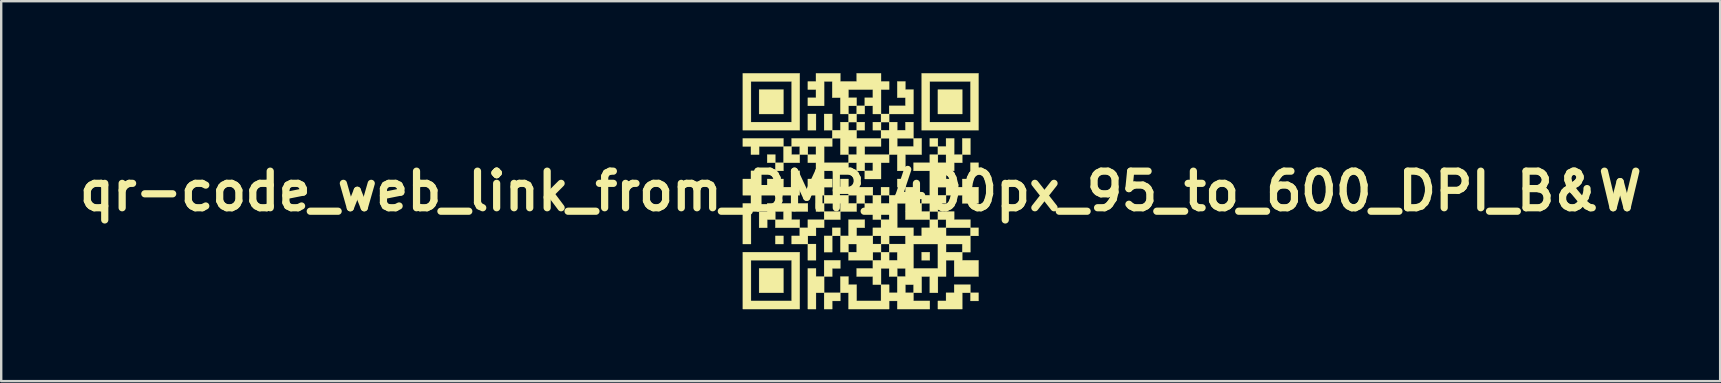
<source format=kicad_pcb>
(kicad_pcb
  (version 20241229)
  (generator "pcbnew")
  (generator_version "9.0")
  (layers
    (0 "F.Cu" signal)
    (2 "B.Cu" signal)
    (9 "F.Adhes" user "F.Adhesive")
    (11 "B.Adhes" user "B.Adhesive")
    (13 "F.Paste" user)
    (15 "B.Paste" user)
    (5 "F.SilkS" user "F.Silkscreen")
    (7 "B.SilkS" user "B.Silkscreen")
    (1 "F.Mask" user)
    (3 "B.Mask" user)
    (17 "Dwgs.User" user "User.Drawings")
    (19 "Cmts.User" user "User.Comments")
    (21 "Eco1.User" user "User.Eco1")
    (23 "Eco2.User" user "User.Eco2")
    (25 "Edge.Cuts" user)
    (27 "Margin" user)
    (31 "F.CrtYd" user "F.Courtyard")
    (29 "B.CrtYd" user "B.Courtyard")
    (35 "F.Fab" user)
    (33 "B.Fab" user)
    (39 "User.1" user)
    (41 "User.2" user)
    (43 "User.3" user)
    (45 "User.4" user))
  (footprint "qr-code_web_link_from_BMP_400px_95_to_600_DPI_B&W"
    (layer "F.Cu")
    (at 32.81 4.916)
    (property "Reference" "qr-code_web_link_from_BMP_400px_95_to_600_DPI_B&W" (at 0 0 0) (layer "F.SilkS") (effects (font (size 1.524 1.524) (thickness 0.3))))
    (attr through_hole)
    (fp_poly (pts (xy -3.556 -1.185) (xy -3.895 -1.185) (xy -3.895 -1.524) (xy -3.556 -1.524) (xy -3.556 -1.185)) (stroke (width 0.01) (type solid)) (fill yes) (layer "F.SilkS"))
    (fp_poly (pts (xy -3.217 -3.217) (xy -4.233 -3.217) (xy -4.233 -4.233) (xy -3.217 -4.233) (xy -3.217 -3.217)) (stroke (width 0.01) (type solid)) (fill yes) (layer "F.SilkS"))
    (fp_poly (pts (xy -3.217 -0.847) (xy -3.556 -0.847) (xy -3.556 -1.185) (xy -3.217 -1.185) (xy -3.217 -0.847)) (stroke (width 0.01) (type solid)) (fill yes) (layer "F.SilkS"))
    (fp_poly (pts (xy -3.217 2.201) (xy -3.556 2.201) (xy -3.556 1.863) (xy -3.217 1.863) (xy -3.217 2.201)) (stroke (width 0.01) (type solid)) (fill yes) (layer "F.SilkS"))
    (fp_poly (pts (xy -3.217 4.233) (xy -4.233 4.233) (xy -4.233 3.217) (xy -3.217 3.217) (xy -3.217 4.233)) (stroke (width 0.01) (type solid)) (fill yes) (layer "F.SilkS"))
    (fp_poly (pts (xy -2.54 -0.508) (xy -2.879 -0.508) (xy -2.879 -0.847) (xy -2.54 -0.847) (xy -2.54 -0.508)) (stroke (width 0.01) (type solid)) (fill yes) (layer "F.SilkS"))
    (fp_poly (pts (xy -1.863 -2.54) (xy -2.201 -2.54) (xy -2.201 -3.217) (xy -1.863 -3.217) (xy -1.863 -2.54)) (stroke (width 0.01) (type solid)) (fill yes) (layer "F.SilkS"))
    (fp_poly (pts (xy -1.863 2.879) (xy -2.201 2.879) (xy -2.201 2.201) (xy -1.863 2.201) (xy -1.863 2.879)) (stroke (width 0.01) (type solid)) (fill yes) (layer "F.SilkS"))
    (fp_poly (pts (xy -1.185 -2.54) (xy -1.524 -2.54) (xy -1.524 -3.217) (xy -1.185 -3.217) (xy -1.185 -2.54)) (stroke (width 0.01) (type solid)) (fill yes) (layer "F.SilkS"))
    (fp_poly (pts (xy -1.185 2.54) (xy -1.524 2.54) (xy -1.524 1.863) (xy -1.185 1.863) (xy -1.185 2.54)) (stroke (width 0.01) (type solid)) (fill yes) (layer "F.SilkS"))
    (fp_poly (pts (xy -0.847 1.863) (xy -1.185 1.863) (xy -1.185 1.524) (xy -0.847 1.524) (xy -0.847 1.863)) (stroke (width 0.01) (type solid)) (fill yes) (layer "F.SilkS"))
    (fp_poly (pts (xy -0.508 -0.169) (xy -0.847 -0.169) (xy -0.847 -0.508) (xy -0.508 -0.508) (xy -0.508 -0.169)) (stroke (width 0.01) (type solid)) (fill yes) (layer "F.SilkS"))
    (fp_poly (pts (xy 0.169 -3.217) (xy -0.169 -3.217) (xy -0.169 -3.556) (xy 0.169 -3.556) (xy 0.169 -3.217)) (stroke (width 0.01) (type solid)) (fill yes) (layer "F.SilkS"))
    (fp_poly (pts (xy 0.169 -2.54) (xy -0.169 -2.54) (xy -0.169 -2.879) (xy 0.169 -2.879) (xy 0.169 -2.54)) (stroke (width 0.01) (type solid)) (fill yes) (layer "F.SilkS"))
    (fp_poly (pts (xy 0.847 -2.54) (xy 0.508 -2.54) (xy 0.508 -2.879) (xy 0.847 -2.879) (xy 0.847 -2.54)) (stroke (width 0.01) (type solid)) (fill yes) (layer "F.SilkS"))
    (fp_poly (pts (xy 1.863 -0.169) (xy 1.524 -0.169) (xy 1.524 -0.508) (xy 1.863 -0.508) (xy 1.863 -0.169)) (stroke (width 0.01) (type solid)) (fill yes) (layer "F.SilkS"))
    (fp_poly (pts (xy 2.879 2.879) (xy 2.54 2.879) (xy 2.54 2.54) (xy 2.879 2.54) (xy 2.879 2.879)) (stroke (width 0.01) (type solid)) (fill yes) (layer "F.SilkS"))
    (fp_poly (pts (xy 3.217 -1.863) (xy 2.879 -1.863) (xy 2.879 -2.201) (xy 3.217 -2.201) (xy 3.217 -1.863)) (stroke (width 0.01) (type solid)) (fill yes) (layer "F.SilkS"))
    (fp_poly (pts (xy 4.233 -3.217) (xy 3.217 -3.217) (xy 3.217 -4.233) (xy 4.233 -4.233) (xy 4.233 -3.217)) (stroke (width 0.01) (type solid)) (fill yes) (layer "F.SilkS"))
    (fp_poly (pts (xy 4.572 -1.524) (xy 4.233 -1.524) (xy 4.233 -2.201) (xy 4.572 -2.201) (xy 4.572 -1.524)) (stroke (width 0.01) (type solid)) (fill yes) (layer "F.SilkS"))
    (fp_poly (pts (xy 4.911 -0.847) (xy 4.572 -0.847) (xy 4.572 -1.185) (xy 4.911 -1.185) (xy 4.911 -0.847)) (stroke (width 0.01) (type solid)) (fill yes) (layer "F.SilkS"))
    (fp_poly (pts (xy 4.911 1.863) (xy 4.572 1.863) (xy 4.572 1.524) (xy 4.911 1.524) (xy 4.911 1.863)) (stroke (width 0.01) (type solid)) (fill yes) (layer "F.SilkS"))
    (fp_poly (pts (xy 4.911 4.572) (xy 4.572 4.572) (xy 4.572 4.233) (xy 4.911 4.233) (xy 4.911 4.572)) (stroke (width 0.01) (type solid)) (fill yes) (layer "F.SilkS"))
    (fp_poly (pts (xy -0.847 3.217) (xy -1.185 3.217) (xy -1.185 3.556) (xy -1.524 3.556) (xy -1.524 2.879) (xy -0.847 2.879) (xy -0.847 3.217)) (stroke (width 0.01) (type solid)) (fill yes) (layer "F.SilkS"))
    (fp_poly (pts (xy -0.847 4.572) (xy -1.185 4.572) (xy -1.185 4.911) (xy -1.524 4.911) (xy -1.524 4.233) (xy -0.847 4.233) (xy -0.847 4.572)) (stroke (width 0.01) (type solid)) (fill yes) (layer "F.SilkS"))
    (fp_poly (pts (xy -3.217 -1.863) (xy -4.233 -1.863) (xy -4.233 -1.524) (xy -4.572 -1.524) (xy -4.572 -1.863) (xy -4.911 -1.863) (xy -4.911 -2.201) (xy -3.217 -2.201) (xy -3.217 -1.863)) (stroke (width 0.01) (type solid)) (fill yes) (layer "F.SilkS"))
    (fp_poly (pts (xy -1.863 3.556) (xy -1.524 3.556) (xy -1.524 4.233) (xy -1.863 4.233) (xy -1.863 4.911) (xy -2.201 4.911) (xy -2.201 3.217) (xy -1.863 3.217) (xy -1.863 3.556)) (stroke (width 0.01) (type solid)) (fill yes) (layer "F.SilkS"))
    (fp_poly (pts (xy 1.863 -4.233) (xy 2.201 -4.233) (xy 2.201 -3.217) (xy 1.185 -3.217) (xy 1.185 -3.556) (xy 1.863 -3.556) (xy 1.863 -3.895) (xy 1.524 -3.895) (xy 1.524 -4.572) (xy 1.863 -4.572) (xy 1.863 -4.233)) (stroke (width 0.01) (type solid)) (fill yes) (layer "F.SilkS"))
    (fp_poly (pts (xy 4.572 4.233) (xy 4.233 4.233) (xy 4.233 4.911) (xy 3.217 4.911) (xy 3.217 4.572) (xy 3.556 4.572) (xy 3.556 4.233) (xy 3.895 4.233) (xy 3.895 3.895) (xy 4.572 3.895) (xy 4.572 4.233)) (stroke (width 0.01) (type solid)) (fill yes) (layer "F.SilkS"))
    (fp_poly (pts (xy -2.54 -2.54) (xy -4.911 -2.54) (xy -4.911 -4.572) (xy -4.572 -4.572) (xy -4.572 -2.879) (xy -2.879 -2.879) (xy -2.879 -4.572) (xy -4.572 -4.572) (xy -4.911 -4.572) (xy -4.911 -4.911) (xy -2.54 -4.911) (xy -2.54 -2.54)) (stroke (width 0.01) (type solid)) (fill yes) (layer "F.SilkS"))
    (fp_poly (pts (xy -2.54 4.911) (xy -4.911 4.911) (xy -4.911 2.879) (xy -4.572 2.879) (xy -4.572 4.572) (xy -2.879 4.572) (xy -2.879 2.879) (xy -4.572 2.879) (xy -4.911 2.879) (xy -4.911 2.54) (xy -2.54 2.54) (xy -2.54 4.911)) (stroke (width 0.01) (type solid)) (fill yes) (layer "F.SilkS"))
    (fp_poly (pts (xy 4.911 -2.54) (xy 2.54 -2.54) (xy 2.54 -4.572) (xy 2.879 -4.572) (xy 2.879 -2.879) (xy 4.572 -2.879) (xy 4.572 -4.572) (xy 2.879 -4.572) (xy 2.54 -4.572) (xy 2.54 -4.911) (xy 4.911 -4.911) (xy 4.911 -2.54)) (stroke (width 0.01) (type solid)) (fill yes) (layer "F.SilkS"))
    (fp_poly (pts (xy -1.524 1.524) (xy -1.863 1.524) (xy -1.863 1.863) (xy -2.201 1.863) (xy -2.201 2.201) (xy -2.879 2.201) (xy -2.879 1.863) (xy -2.54 1.863) (xy -2.54 1.524) (xy -2.201 1.524) (xy -2.201 1.185) (xy -1.524 1.185) (xy -1.524 1.524)) (stroke (width 0.01) (type solid)) (fill yes) (layer "F.SilkS"))
    (fp_poly (pts (xy -4.233 -0.169) (xy -3.895 -0.169) (xy -3.895 -0.508) (xy -3.217 -0.508) (xy -3.217 -0.169) (xy -2.54 -0.169) (xy -2.54 0.169) (xy -4.233 0.169) (xy -4.233 0.847) (xy -4.572 0.847) (xy -4.572 2.201) (xy -4.911 2.201) (xy -4.911 0.508) (xy -4.572 0.508) (xy -4.572 0.169) (xy -4.911 0.169) (xy -4.911 -0.508) (xy -4.572 -0.508) (xy -4.572 -0.847) (xy -4.233 -0.847) (xy -4.233 -0.169)) (stroke (width 0.01) (type solid)) (fill yes) (layer "F.SilkS"))
    (fp_poly (pts (xy -2.201 0.847) (xy -2.879 0.847) (xy -2.879 1.185) (xy -2.54 1.185) (xy -2.54 1.524) (xy -3.556 1.524) (xy -3.556 1.185) (xy -3.895 1.185) (xy -3.895 1.524) (xy -4.233 1.524) (xy -4.233 0.847) (xy -3.895 0.847) (xy -3.556 0.847) (xy -3.556 1.185) (xy -3.217 1.185) (xy -3.217 0.847) (xy -3.556 0.847) (xy -3.895 0.847) (xy -3.895 0.508) (xy -2.201 0.508) (xy -2.201 0.847)) (stroke (width 0.01) (type solid)) (fill yes) (layer "F.SilkS"))
    (fp_poly (pts (xy 2.54 -2.201) (xy 2.54 -1.524) (xy 1.863 -1.524) (xy 1.863 -0.847) (xy 1.524 -0.847) (xy 1.524 -1.524) (xy 1.185 -1.524) (xy 1.185 -1.185) (xy 0.847 -1.185) (xy 0.847 -0.508) (xy 0.169 -0.508) (xy 0.169 -0.847) (xy -0.169 -0.847) (xy -0.169 -1.185) (xy 0.169 -1.185) (xy 0.169 -0.847) (xy 0.508 -0.847) (xy 0.508 -1.185) (xy 0.169 -1.185) (xy -0.169 -1.185) (xy -0.508 -1.185) (xy -0.508 -0.847) (xy -1.524 -0.847) (xy -1.524 -0.508) (xy -1.185 -0.508) (xy -1.185 -0.169) (xy -1.524 -0.169) (xy -1.524 0.169) (xy -2.201 0.169) (xy -2.201 -0.508) (xy -1.863 -0.508) (xy -1.863 -1.185) (xy -2.201 -1.185) (xy -2.201 -1.524) (xy -2.54 -1.524) (xy -2.54 -1.185) (xy -3.217 -1.185) (xy -3.217 -1.863) (xy -2.879 -1.863) (xy -2.879 -1.524) (xy -2.54 -1.524) (xy -2.54 -1.863) (xy -2.201 -1.863) (xy -2.201 -1.524) (xy -1.863 -1.524) (xy -1.863 -1.863) (xy -1.524 -1.863) (xy -1.524 -1.185) (xy -0.508 -1.185) (xy -0.508 -1.524) (xy -0.847 -1.524) (xy -0.847 -1.863) (xy -0.508 -1.863) (xy -0.508 -1.524) (xy -0.169 -1.524) (xy -0.169 -1.863) (xy 0.169 -1.863) (xy 0.169 -1.524) (xy 1.185 -1.524) (xy 1.185 -2.201) (xy 1.524 -2.201) (xy 1.524 -1.863) (xy 2.201 -1.863) (xy 2.201 -2.201) (xy 1.524 -2.201) (xy 1.185 -2.201) (xy 0.847 -2.201) (xy 0.847 -1.863) (xy 0.169 -1.863) (xy -0.169 -1.863) (xy -0.508 -1.863) (xy -0.847 -1.863) (xy -0.847 -2.201) (xy -1.185 -2.201) (xy -1.185 -1.863) (xy -1.524 -1.863) (xy -1.863 -1.863) (xy -2.201 -1.863) (xy -2.54 -1.863) (xy -2.879 -1.863) (xy -2.879 -2.201) (xy -1.185 -2.201) (xy -1.185 -2.54) (xy -0.847 -2.54) (xy -0.847 -2.879) (xy -0.508 -2.879) (xy -0.508 -3.217) (xy -0.847 -3.217) (xy -0.847 -3.895) (xy -1.185 -3.895) (xy -1.185 -4.233) (xy -0.508 -4.233) (xy -0.508 -3.895) (xy -0.169 -3.895) (xy -0.169 -3.556) (xy -0.508 -3.556) (xy -0.508 -3.217) (xy -0.169 -3.217) (xy -0.169 -2.879) (xy -0.508 -2.879) (xy -0.508 -2.54) (xy -0.169 -2.54) (xy -0.169 -2.201) (xy 0.847 -2.201) (xy 0.847 -2.54) (xy 1.185 -2.54) (xy 1.185 -2.879) (xy 0.847 -2.879) (xy 0.847 -3.217) (xy 0.508 -3.217) (xy 0.508 -3.556) (xy 0.169 -3.556) (xy 0.169 -3.895) (xy 0.508 -3.895) (xy 0.508 -4.233) (xy -0.508 -4.233) (xy -1.185 -4.233) (xy -1.185 -4.572) (xy -1.524 -4.572) (xy -1.524 -3.556) (xy -2.201 -3.556) (xy -2.201 -3.895) (xy -1.863 -3.895) (xy -1.863 -4.233) (xy -2.201 -4.233) (xy -2.201 -4.572) (xy -1.863 -4.572) (xy -1.863 -4.911) (xy -0.847 -4.911) (xy -0.847 -4.572) (xy -0.169 -4.572) (xy -0.169 -4.911) (xy 0.847 -4.911) (xy 0.847 -4.572) (xy 1.185 -4.572) (xy 1.185 -4.233) (xy 0.847 -4.233) (xy 0.847 -3.217) (xy 1.185 -3.217) (xy 1.185 -2.879) (xy 1.524 -2.879) (xy 1.524 -2.54) (xy 1.863 -2.54) (xy 1.863 -2.879) (xy 2.201 -2.879) (xy 2.201 -2.201) (xy 2.54 -2.201)) (stroke (width 0.01) (type solid)) (fill yes) (layer "F.SilkS"))
    (fp_poly (pts (xy -0.847 3.556) (xy -0.508 3.556) (xy -0.508 3.895) (xy -0.169 3.895) (xy -0.169 4.572) (xy 0.847 4.572) (xy 0.847 3.895) (xy 0.508 3.895) (xy 0.508 3.556) (xy -0.169 3.556) (xy -0.169 3.217) (xy 0.508 3.217) (xy 0.847 3.217) (xy 0.847 3.895) (xy 1.185 3.895) (xy 1.185 4.233) (xy 1.524 4.233) (xy 1.524 3.895) (xy 1.863 3.895) (xy 1.863 4.233) (xy 2.201 4.233) (xy 2.201 3.895) (xy 1.863 3.895) (xy 1.524 3.895) (xy 1.524 3.556) (xy 1.185 3.556) (xy 1.185 3.217) (xy 1.524 3.217) (xy 1.524 3.556) (xy 1.863 3.556) (xy 1.863 3.217) (xy 1.524 3.217) (xy 1.185 3.217) (xy 0.847 3.217) (xy 0.508 3.217) (xy 0.508 2.879) (xy -0.508 2.879) (xy -0.508 2.54) (xy -0.847 2.54) (xy -0.847 2.201) (xy -0.508 2.201) (xy -0.508 2.54) (xy -0.169 2.54) (xy 0.508 2.54) (xy 0.508 2.879) (xy 0.847 2.879) (xy 0.847 2.54) (xy 0.508 2.54) (xy -0.169 2.54) (xy -0.169 2.201) (xy -0.508 2.201) (xy -0.847 2.201) (xy -0.847 1.863) (xy -0.508 1.863) (xy -0.508 1.185) (xy 0.169 1.185) (xy 0.169 1.524) (xy -0.169 1.524) (xy -0.169 1.863) (xy 0.508 1.863) (xy 0.508 2.201) (xy 0.847 2.201) (xy 0.847 2.54) (xy 1.185 2.54) (xy 1.185 2.879) (xy 1.524 2.879) (xy 1.524 2.54) (xy 1.185 2.54) (xy 1.185 2.201) (xy 0.847 2.201) (xy 0.847 1.863) (xy 1.185 1.863) (xy 1.185 2.201) (xy 1.863 2.201) (xy 2.201 2.201) (xy 2.201 3.217) (xy 3.217 3.217) (xy 3.217 2.201) (xy 3.556 2.201) (xy 3.556 2.54) (xy 4.233 2.54) (xy 4.233 2.201) (xy 3.556 2.201) (xy 3.217 2.201) (xy 2.201 2.201) (xy 1.863 2.201) (xy 1.863 1.863) (xy 1.185 1.863) (xy 0.847 1.863) (xy 0.508 1.863) (xy 0.508 1.524) (xy 0.847 1.524) (xy 0.847 1.185) (xy 0.508 1.185) (xy 0.508 0.847) (xy 0.847 0.847) (xy 0.847 1.185) (xy 1.185 1.185) (xy 1.185 0.847) (xy 0.847 0.847) (xy 0.508 0.847) (xy 0.169 0.847) (xy 0.169 0.508) (xy -0.169 0.508) (xy -0.169 0.847) (xy -0.847 0.847) (xy -0.847 1.185) (xy -1.524 1.185) (xy -1.524 0.847) (xy -1.863 0.847) (xy -1.863 0.508) (xy -1.524 0.508) (xy -1.524 0.847) (xy -0.847 0.847) (xy -0.847 0.508) (xy -1.524 0.508) (xy -1.524 0.169) (xy -0.508 0.169) (xy -0.508 0.508) (xy -0.169 0.508) (xy -0.169 0.169) (xy 0.169 0.169) (xy 0.169 0.508) (xy 0.508 0.508) (xy 0.508 0.169) (xy 0.169 0.169) (xy -0.169 0.169) (xy -0.508 0.169) (xy -0.508 -0.169) (xy 0.508 -0.169) (xy 0.508 0.169) (xy 0.847 0.169) (xy 0.847 0.508) (xy 1.185 0.508) (xy 1.524 0.508) (xy 1.524 1.524) (xy 2.201 1.524) (xy 2.201 1.863) (xy 2.54 1.863) (xy 2.54 1.524) (xy 2.879 1.524) (xy 2.879 1.185) (xy 1.863 1.185) (xy 1.863 0.508) (xy 1.524 0.508) (xy 1.185 0.508) (xy 1.185 0.169) (xy 0.847 0.169) (xy 0.847 -0.169) (xy 1.185 -0.169) (xy 1.185 0.169) (xy 1.863 0.169) (xy 1.863 -0.169) (xy 2.201 -0.169) (xy 2.201 0.508) (xy 2.54 0.508) (xy 2.54 0.847) (xy 2.879 0.847) (xy 2.879 1.185) (xy 3.217 1.185) (xy 3.217 1.524) (xy 3.556 1.524) (xy 3.556 1.185) (xy 3.217 1.185) (xy 3.217 0.847) (xy 2.879 0.847) (xy 2.879 0.508) (xy 2.54 0.508) (xy 2.54 0.169) (xy 2.879 0.169) (xy 2.879 -0.169) (xy 3.217 -0.169) (xy 3.217 0.169) (xy 3.556 0.169) (xy 3.556 -0.169) (xy 3.217 -0.169) (xy 2.879 -0.169) (xy 2.879 -0.847) (xy 2.201 -0.847) (xy 2.201 -1.185) (xy 2.879 -1.185) (xy 2.879 -1.524) (xy 3.217 -1.524) (xy 3.217 -1.185) (xy 3.556 -1.185) (xy 3.556 -1.524) (xy 3.217 -1.524) (xy 3.217 -1.863) (xy 3.556 -1.863) (xy 3.556 -2.201) (xy 3.895 -2.201) (xy 3.895 -1.524) (xy 4.233 -1.524) (xy 4.233 -1.185) (xy 3.895 -1.185) (xy 3.895 -0.847) (xy 3.556 -0.847) (xy 3.556 -0.508) (xy 3.895 -0.508) (xy 3.895 -0.169) (xy 4.233 -0.169) (xy 4.233 -0.508) (xy 4.572 -0.508) (xy 4.572 -0.169) (xy 4.911 -0.169) (xy 4.911 0.508) (xy 4.233 0.508) (xy 4.233 0.169) (xy 3.556 0.169) (xy 3.556 0.508) (xy 3.217 0.508) (xy 3.217 0.847) (xy 3.895 0.847) (xy 3.895 1.185) (xy 4.572 1.185) (xy 4.572 1.524) (xy 3.556 1.524) (xy 3.556 1.863) (xy 4.572 1.863) (xy 4.572 2.54) (xy 4.233 2.54) (xy 4.233 2.879) (xy 4.911 2.879) (xy 4.911 3.556) (xy 3.895 3.556) (xy 3.895 2.879) (xy 3.556 2.879) (xy 3.556 3.556) (xy 3.217 3.556) (xy 3.217 4.233) (xy 2.879 4.233) (xy 2.879 3.556) (xy 2.54 3.556) (xy 2.54 4.233) (xy 2.201 4.233) (xy 2.201 4.572) (xy 2.879 4.572) (xy 2.879 4.911) (xy 1.524 4.911) (xy 1.524 4.572) (xy 1.185 4.572) (xy 1.185 4.911) (xy -0.508 4.911) (xy -0.508 4.233) (xy -0.847 4.233) (xy -0.847 3.556)) (stroke (width 0.01) (type solid)) (fill yes) (layer "F.SilkS")))
  (gr_rect
    (start -3 -3)
    (end 68.619 12.831)
    (stroke (width 0.1) (type default))
    (fill no)
    (layer "Edge.Cuts")))
</source>
